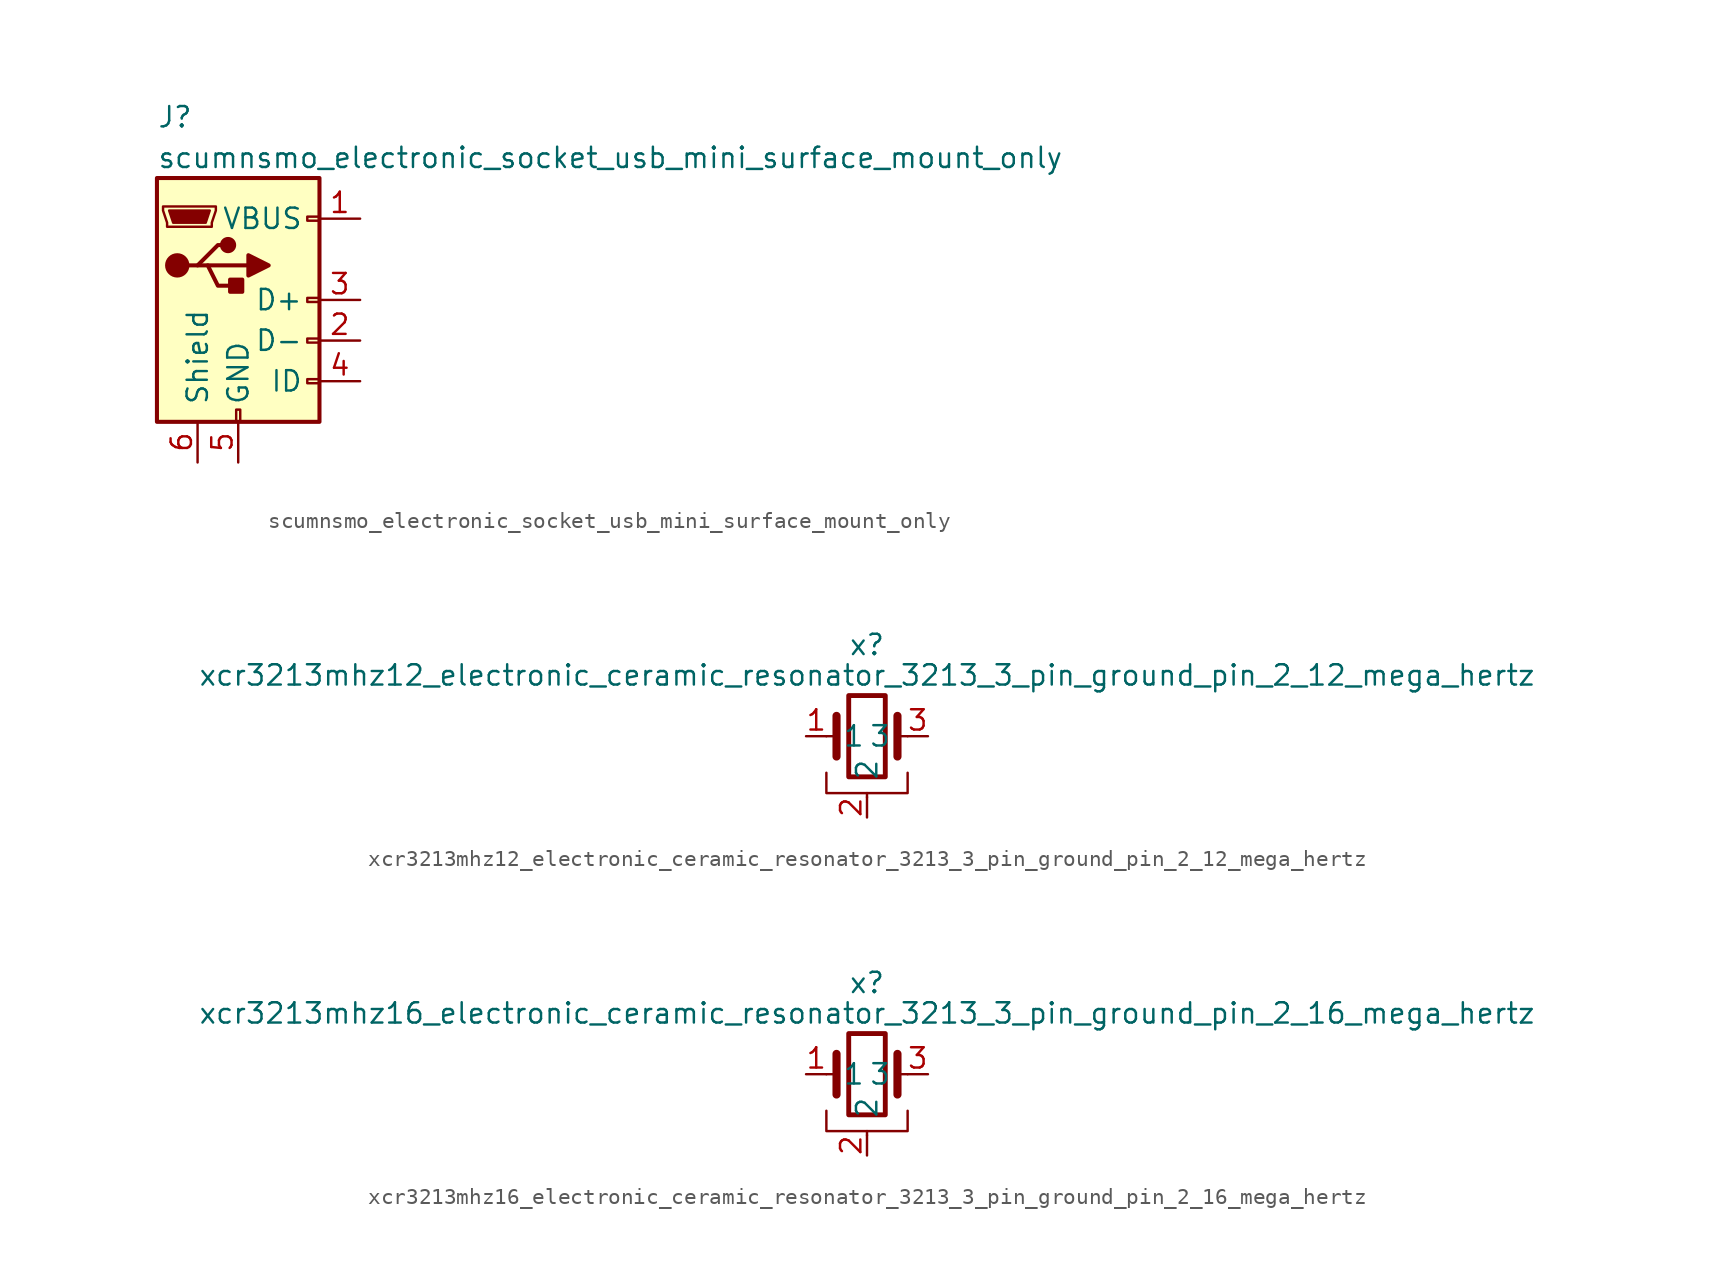
<source format=kicad_sym>
(kicad_symbol_lib
  (version 20220914)
  (generator kicad_symbol_editor)
  (symbol "scumnsmo_electronic_socket_usb_mini_surface_mount_only"
    (pin_names
      (offset 1.016))
    (property "Reference" "J"
      (at -5.08 11.43 0)
      (effects (font (size 1.27 1.27)) (justify left)))
    (property "Value" "scumnsmo_electronic_socket_usb_mini_surface_mount_only"
      (at -5.08 8.89 0)
      (effects (font (size 1.27 1.27)) (justify left)))
    (symbol "scumnsmo_electronic_socket_usb_mini_surface_mount_only_0_1"
      (rectangle (start -5.08 -7.62) (end 5.08 7.62) (stroke (width 0.254) (type default)) (fill (type background)))
      (circle (center -3.81 2.159) (radius 0.635) (stroke (width 0.254) (type default)) (fill (type outline)))
      (circle (center -0.635 3.429) (radius 0.381) (stroke (width 0.254) (type default)) (fill (type outline)))
      (rectangle (start -0.127 -7.62) (end 0.127 -6.858) (stroke (width 0) (type default)) (fill (type none)))
      (polyline (pts (xy -1.905 2.159) (xy 0.635 2.159)) (stroke (width 0.254) (type default)) (fill (type none)))
      (polyline (pts (xy -3.175 2.159) (xy -2.54 2.159) (xy -1.27 3.429) (xy -0.635 3.429)) (stroke (width 0.254) (type default)) (fill (type none)))
      (polyline (pts (xy -2.54 2.159) (xy -1.905 2.159) (xy -1.27 0.889) (xy 0 0.889)) (stroke (width 0.254) (type default)) (fill (type none)))
      (polyline (pts (xy 0.635 2.794) (xy 0.635 1.524) (xy 1.905 2.159) (xy 0.635 2.794)) (stroke (width 0.254) (type default)) (fill (type outline)))
      (polyline (pts (xy -4.318 5.588) (xy -1.778 5.588) (xy -2.032 4.826) (xy -4.064 4.826) (xy -4.318 5.588)) (stroke (width 0) (type default)) (fill (type outline)))
      (polyline (pts (xy -4.699 5.842) (xy -4.699 5.588) (xy -4.445 4.826) (xy -4.445 4.572) (xy -1.651 4.572) (xy -1.651 4.826) (xy -1.397 5.588) (xy -1.397 5.842) (xy -4.699 5.842)) (stroke (width 0) (type default)) (fill (type none)))
      (rectangle (start 0.254 1.27) (end -0.508 0.508) (stroke (width 0.254) (type default)) (fill (type outline)))
      (rectangle (start 5.08 -5.207) (end 4.318 -4.953) (stroke (width 0) (type default)) (fill (type none)))
      (rectangle (start 5.08 -2.667) (end 4.318 -2.413) (stroke (width 0) (type default)) (fill (type none)))
      (rectangle (start 5.08 -0.127) (end 4.318 0.127) (stroke (width 0) (type default)) (fill (type none)))
      (rectangle (start 5.08 4.953) (end 4.318 5.207) (stroke (width 0) (type default)) (fill (type none))))
    (symbol "scumnsmo_electronic_socket_usb_mini_surface_mount_only_1_1"
      (pin power_out line (at 7.62 5.08 180) (length 2.54) (name "VBUS" (effects (font (size 1.27 1.27)))) (number "1" (effects (font (size 1.27 1.27)))))
      (pin bidirectional line (at 7.62 -2.54 180) (length 2.54) (name "D-" (effects (font (size 1.27 1.27)))) (number "2" (effects (font (size 1.27 1.27)))))
      (pin bidirectional line (at 7.62 0 180) (length 2.54) (name "D+" (effects (font (size 1.27 1.27)))) (number "3" (effects (font (size 1.27 1.27)))))
      (pin passive line (at 7.62 -5.08 180) (length 2.54) (name "ID" (effects (font (size 1.27 1.27)))) (number "4" (effects (font (size 1.27 1.27)))))
      (pin power_out line (at 0 -10.16 90) (length 2.54) (name "GND" (effects (font (size 1.27 1.27)))) (number "5" (effects (font (size 1.27 1.27)))))
      (pin passive line (at -2.54 -10.16 90) (length 2.54) (name "Shield" (effects (font (size 1.27 1.27)))) (number "6" (effects (font (size 1.27 1.27)))))))
  (symbol "xcr3213mhz12_electronic_ceramic_resonator_3213_3_pin_ground_pin_2_12_mega_hertz"
    (pin_names
      (offset 1.016))
    (property "Reference" "x"
      (at 0 5.715 0)
      (effects (font (size 1.27 1.27))))
    (property "Value" "xcr3213mhz12_electronic_ceramic_resonator_3213_3_pin_ground_pin_2_12_mega_hertz"
      (at 0 3.81 0)
      (effects (font (size 1.27 1.27))))
    (symbol "xcr3213mhz12_electronic_ceramic_resonator_3213_3_pin_ground_pin_2_12_mega_hertz_0_1"
      (rectangle (start -1.143 2.54) (end 1.143 -2.54) (stroke (width 0.305) (type default)) (fill (type none)))
      (polyline (pts (xy -2.54 0) (xy -1.905 0)) (stroke (width 0) (type default)) (fill (type none)))
      (polyline (pts (xy -1.905 -1.27) (xy -1.905 1.27)) (stroke (width 0.508) (type default)) (fill (type none)))
      (polyline (pts (xy 0 -3.81) (xy 0 -3.556)) (stroke (width 0) (type default)) (fill (type none)))
      (polyline (pts (xy 1.905 0) (xy 2.54 0)) (stroke (width 0) (type default)) (fill (type none)))
      (polyline (pts (xy 1.905 1.27) (xy 1.905 -1.27)) (stroke (width 0.508) (type default)) (fill (type none)))
      (polyline (pts (xy -2.54 -2.286) (xy -2.54 -3.556) (xy 2.54 -3.556) (xy 2.54 -2.286)) (stroke (width 0) (type default)) (fill (type none))))
    (symbol "xcr3213mhz12_electronic_ceramic_resonator_3213_3_pin_ground_pin_2_12_mega_hertz_1_1"
      (pin passive line (at -3.81 0 0) (length 1.27) (name "1" (effects (font (size 1.27 1.27)))) (number "1" (effects (font (size 1.27 1.27)))))
      (pin passive line (at 0 -5.08 90) (length 1.27) (name "2" (effects (font (size 1.27 1.27)))) (number "2" (effects (font (size 1.27 1.27)))))
      (pin passive line (at 3.81 0 180) (length 1.27) (name "3" (effects (font (size 1.27 1.27)))) (number "3" (effects (font (size 1.27 1.27)))))))
  (symbol "xcr3213mhz16_electronic_ceramic_resonator_3213_3_pin_ground_pin_2_16_mega_hertz"
    (pin_names
      (offset 1.016))
    (property "Reference" "x"
      (at 0 5.715 0)
      (effects (font (size 1.27 1.27))))
    (property "Value" "xcr3213mhz16_electronic_ceramic_resonator_3213_3_pin_ground_pin_2_16_mega_hertz"
      (at 0 3.81 0)
      (effects (font (size 1.27 1.27))))
    (symbol "xcr3213mhz16_electronic_ceramic_resonator_3213_3_pin_ground_pin_2_16_mega_hertz_0_1"
      (rectangle (start -1.143 2.54) (end 1.143 -2.54) (stroke (width 0.305) (type default)) (fill (type none)))
      (polyline (pts (xy -2.54 0) (xy -1.905 0)) (stroke (width 0) (type default)) (fill (type none)))
      (polyline (pts (xy -1.905 -1.27) (xy -1.905 1.27)) (stroke (width 0.508) (type default)) (fill (type none)))
      (polyline (pts (xy 0 -3.81) (xy 0 -3.556)) (stroke (width 0) (type default)) (fill (type none)))
      (polyline (pts (xy 1.905 0) (xy 2.54 0)) (stroke (width 0) (type default)) (fill (type none)))
      (polyline (pts (xy 1.905 1.27) (xy 1.905 -1.27)) (stroke (width 0.508) (type default)) (fill (type none)))
      (polyline (pts (xy -2.54 -2.286) (xy -2.54 -3.556) (xy 2.54 -3.556) (xy 2.54 -2.286)) (stroke (width 0) (type default)) (fill (type none))))
    (symbol "xcr3213mhz16_electronic_ceramic_resonator_3213_3_pin_ground_pin_2_16_mega_hertz_1_1"
      (pin passive line (at -3.81 0 0) (length 1.27) (name "1" (effects (font (size 1.27 1.27)))) (number "1" (effects (font (size 1.27 1.27)))))
      (pin passive line (at 0 -5.08 90) (length 1.27) (name "2" (effects (font (size 1.27 1.27)))) (number "2" (effects (font (size 1.27 1.27)))))
      (pin passive line (at 3.81 0 180) (length 1.27) (name "3" (effects (font (size 1.27 1.27)))) (number "3" (effects (font (size 1.27 1.27))))))))
</source>
